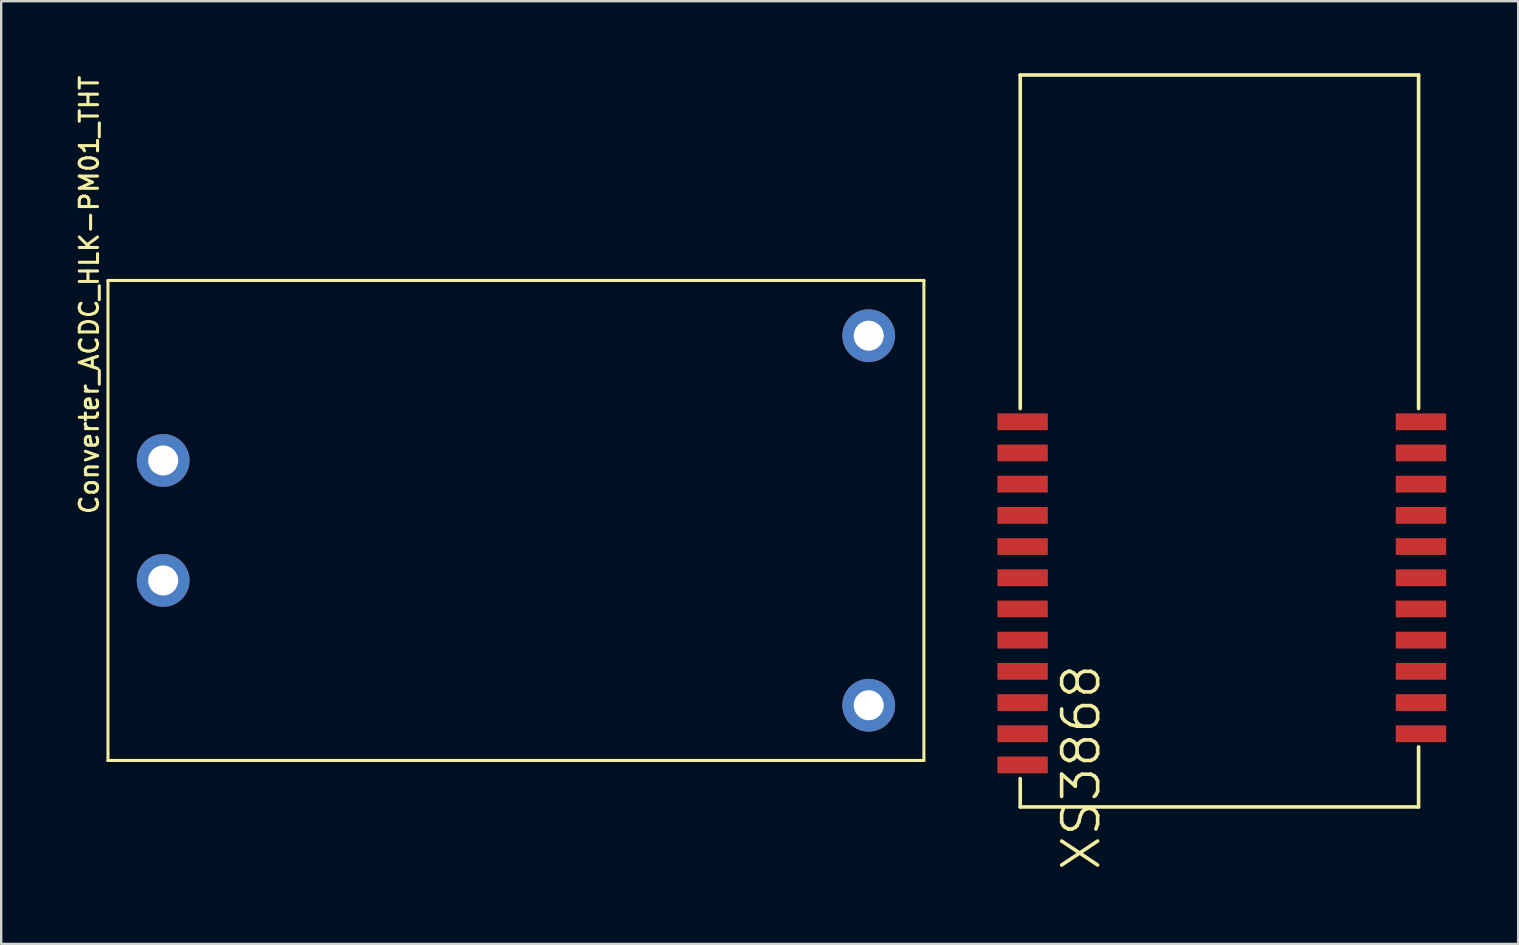
<source format=kicad_pcb>
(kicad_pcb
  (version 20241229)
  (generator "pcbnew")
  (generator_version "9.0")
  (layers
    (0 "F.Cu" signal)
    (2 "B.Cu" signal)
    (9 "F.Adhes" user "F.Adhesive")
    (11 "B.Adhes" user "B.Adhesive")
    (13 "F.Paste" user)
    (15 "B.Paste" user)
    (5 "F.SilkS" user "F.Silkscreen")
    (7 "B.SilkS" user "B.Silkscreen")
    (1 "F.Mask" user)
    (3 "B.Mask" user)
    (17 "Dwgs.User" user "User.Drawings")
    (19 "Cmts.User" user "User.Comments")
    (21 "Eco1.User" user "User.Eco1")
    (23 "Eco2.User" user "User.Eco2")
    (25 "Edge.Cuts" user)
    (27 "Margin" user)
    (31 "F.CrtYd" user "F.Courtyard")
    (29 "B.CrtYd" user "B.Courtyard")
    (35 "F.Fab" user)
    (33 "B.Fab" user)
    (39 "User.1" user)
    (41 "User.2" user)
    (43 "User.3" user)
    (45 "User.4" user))
  (footprint "Converter_ACDC_HLK-PM01_THT"
    (layer "F.Cu")
    (at 18.449 18.638)
    (property "Reference" "Converter_ACDC_HLK-PM01_THT" (at -17.78 -9.398 90) (layer "F.SilkS") (effects (font (size 0.762 0.762) (thickness 0.127))))
    (attr through_hole)
    (fp_line (start -17 -10) (end -17 10) (stroke (width 0.127) (type solid)) (layer "F.SilkS"))
    (fp_line (start -17 10) (end 17 10) (stroke (width 0.127) (type solid)) (layer "F.SilkS"))
    (fp_line (start 17 -10) (end -17 -10) (stroke (width 0.127) (type solid)) (layer "F.SilkS"))
    (fp_line (start 17 10) (end 17 -10) (stroke (width 0.127) (type solid)) (layer "F.SilkS"))
    (pad "1" thru_hole circle (at -14.7 2.5) (size 2.2 2.2) (drill 1.25) (layers "*.Cu" "*.Mask"))
    (pad "2" thru_hole circle (at -14.7 -2.5) (size 2.2 2.2) (drill 1.25) (layers "*.Cu" "*.Mask"))
    (pad "3" thru_hole circle (at 14.7 -7.7) (size 2.2 2.2) (drill 1.25) (layers "*.Cu" "*.Mask"))
    (pad "4" thru_hole circle (at 14.7 7.7) (size 2.2 2.2) (drill 1.25) (layers "*.Cu" "*.Mask")))
  (footprint "XS3868"
    (layer "F.Cu")
    (at 39.462 30.575)
    (property "Reference" "XS3868" (at 2.54 -1.651 270) (layer "F.SilkS") (effects (font (size 1.5 1.5) (thickness 0.15))))
    (attr through_hole)
    (fp_line (start 0 -30.5) (end 0 -16.6) (stroke (width 0.15) (type solid)) (layer "F.SilkS"))
    (fp_line (start 0 -1.181) (end 0 0) (stroke (width 0.15) (type solid)) (layer "F.SilkS"))
    (fp_line (start 0 0) (end 16.599 0) (stroke (width 0.15) (type solid)) (layer "F.SilkS"))
    (fp_line (start 16.6 -30.5) (end 0 -30.5) (stroke (width 0.15) (type solid)) (layer "F.SilkS"))
    (fp_line (start 16.6 -16.6) (end 16.6 -30.5) (stroke (width 0.15) (type solid)) (layer "F.SilkS"))
    (fp_line (start 16.6 0) (end 16.6 -2.5) (stroke (width 0.15) (type solid)) (layer "F.SilkS"))
    (pad "1" smd rect (at 0.1 -16.05) (size 2.1 0.7) (layers "F.Cu" "F.Mask" "F.Paste"))
    (pad "2" smd rect (at 0.1 -14.75) (size 2.1 0.7) (layers "F.Cu" "F.Mask" "F.Paste"))
    (pad "3" smd rect (at 0.1 -13.45) (size 2.1 0.7) (layers "F.Cu" "F.Mask" "F.Paste"))
    (pad "4" smd rect (at 0.1 -12.15) (size 2.1 0.7) (layers "F.Cu" "F.Mask" "F.Paste"))
    (pad "5" smd rect (at 0.1 -10.85) (size 2.1 0.7) (layers "F.Cu" "F.Mask" "F.Paste"))
    (pad "6" smd rect (at 0.1 -9.55) (size 2.1 0.7) (layers "F.Cu" "F.Mask" "F.Paste"))
    (pad "7" smd rect (at 0.1 -8.25) (size 2.1 0.7) (layers "F.Cu" "F.Mask" "F.Paste"))
    (pad "8" smd rect (at 0.1 -6.95) (size 2.1 0.7) (layers "F.Cu" "F.Mask" "F.Paste"))
    (pad "9" smd rect (at 0.1 -5.65) (size 2.1 0.7) (layers "F.Cu" "F.Mask" "F.Paste"))
    (pad "10" smd rect (at 0.1 -4.35) (size 2.1 0.7) (layers "F.Cu" "F.Mask" "F.Paste"))
    (pad "11" smd rect (at 0.1 -3.05) (size 2.1 0.7) (layers "F.Cu" "F.Mask" "F.Paste"))
    (pad "12" smd rect (at 0.1 -1.75) (size 2.1 0.7) (layers "F.Cu" "F.Mask" "F.Paste"))
    (pad "13" smd rect (at 16.7 -3.05) (size 2.1 0.7) (layers "F.Cu" "F.Mask" "F.Paste"))
    (pad "14" smd rect (at 16.7 -4.35) (size 2.1 0.7) (layers "F.Cu" "F.Mask" "F.Paste"))
    (pad "15" smd rect (at 16.7 -5.65) (size 2.1 0.7) (layers "F.Cu" "F.Mask" "F.Paste"))
    (pad "16" smd rect (at 16.7 -6.95) (size 2.1 0.7) (layers "F.Cu" "F.Mask" "F.Paste"))
    (pad "17" smd rect (at 16.7 -8.25) (size 2.1 0.7) (layers "F.Cu" "F.Mask" "F.Paste"))
    (pad "18" smd rect (at 16.7 -9.55) (size 2.1 0.7) (layers "F.Cu" "F.Mask" "F.Paste"))
    (pad "19" smd rect (at 16.7 -10.85) (size 2.1 0.7) (layers "F.Cu" "F.Mask" "F.Paste"))
    (pad "20" smd rect (at 16.7 -12.15) (size 2.1 0.7) (layers "F.Cu" "F.Mask" "F.Paste"))
    (pad "21" smd rect (at 16.7 -13.45) (size 2.1 0.7) (layers "F.Cu" "F.Mask" "F.Paste"))
    (pad "22" smd rect (at 16.7 -14.75) (size 2.1 0.7) (layers "F.Cu" "F.Mask" "F.Paste"))
    (pad "23" smd rect (at 16.7 -16.05) (size 2.1 0.7) (layers "F.Cu" "F.Mask" "F.Paste")))
  (gr_rect
    (start -3 -3)
    (end 60.212 36.285)
    (stroke (width 0.1) (type default))
    (fill no)
    (layer "Edge.Cuts")))
</source>
